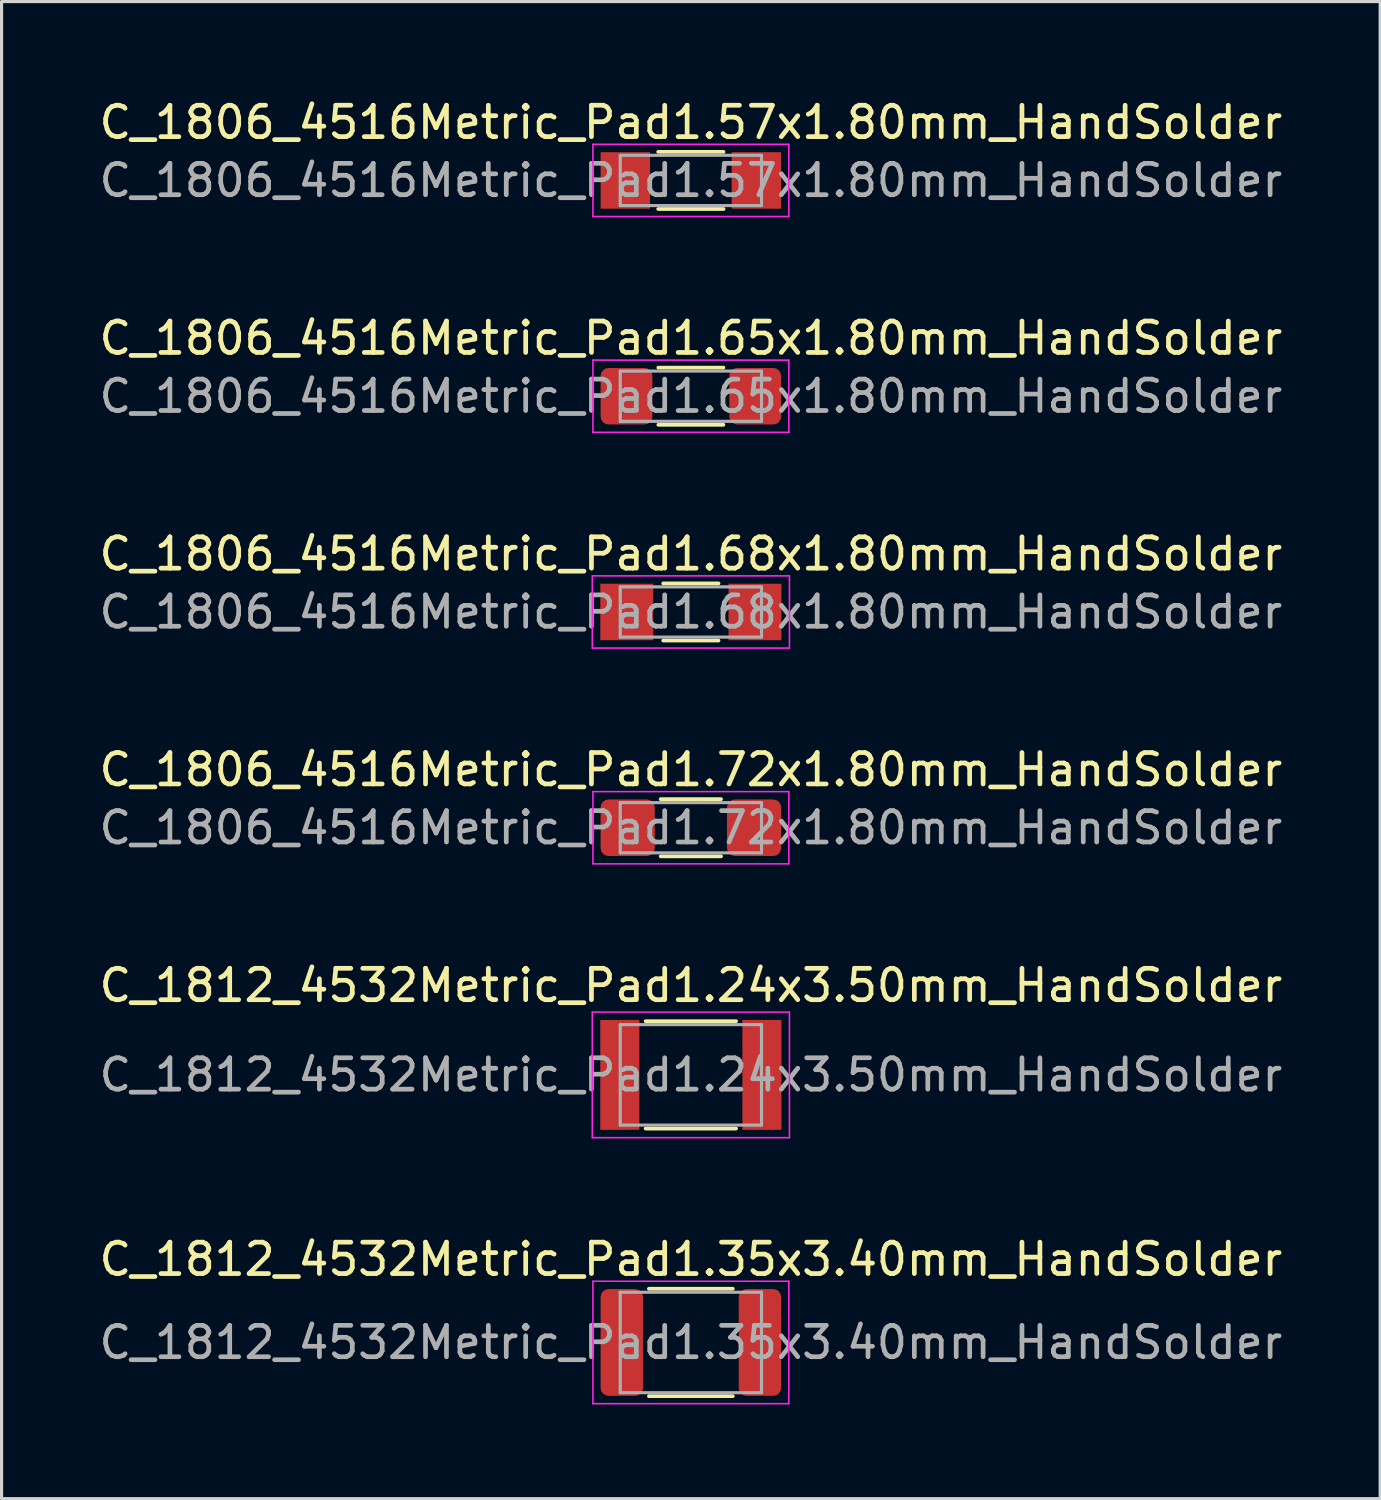
<source format=kicad_pcb>
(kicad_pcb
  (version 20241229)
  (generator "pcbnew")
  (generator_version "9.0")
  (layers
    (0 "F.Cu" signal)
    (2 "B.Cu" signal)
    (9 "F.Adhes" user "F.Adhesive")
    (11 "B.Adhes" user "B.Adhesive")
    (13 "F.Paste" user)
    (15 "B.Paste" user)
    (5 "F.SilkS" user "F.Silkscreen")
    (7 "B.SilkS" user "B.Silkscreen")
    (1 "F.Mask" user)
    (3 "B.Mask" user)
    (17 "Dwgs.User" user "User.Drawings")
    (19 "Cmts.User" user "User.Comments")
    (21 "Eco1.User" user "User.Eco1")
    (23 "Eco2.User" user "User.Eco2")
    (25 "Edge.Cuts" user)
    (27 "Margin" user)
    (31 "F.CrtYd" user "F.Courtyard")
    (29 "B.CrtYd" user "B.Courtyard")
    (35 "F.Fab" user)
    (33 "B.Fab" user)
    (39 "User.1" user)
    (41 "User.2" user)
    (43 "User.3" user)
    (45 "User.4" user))
  (footprint "C_1806_4516Metric_Pad1.57x1.80mm_HandSolder"
    (layer "F.Cu")
    (at 18.958 2.698)
    (property "Reference" "C_1806_4516Metric_Pad1.57x1.80mm_HandSolder" (at 0 -1.85 0) (layer "F.SilkS") (effects (font (size 1 1) (thickness 0.15))))
    (attr smd)
    (fp_line (start -1.04 -0.91) (end 1.04 -0.91) (stroke (width 0.12) (type solid)) (layer "F.SilkS"))
    (fp_line (start -1.04 0.91) (end 1.04 0.91) (stroke (width 0.12) (type solid)) (layer "F.SilkS"))
    (fp_line (start -3.12 -1.15) (end 3.12 -1.15) (stroke (width 0.05) (type solid)) (layer "F.CrtYd"))
    (fp_line (start -3.12 1.15) (end -3.12 -1.15) (stroke (width 0.05) (type solid)) (layer "F.CrtYd"))
    (fp_line (start 3.12 -1.15) (end 3.12 1.15) (stroke (width 0.05) (type solid)) (layer "F.CrtYd"))
    (fp_line (start 3.12 1.15) (end -3.12 1.15) (stroke (width 0.05) (type solid)) (layer "F.CrtYd"))
    (fp_line (start -2.25 -0.8) (end 2.25 -0.8) (stroke (width 0.1) (type solid)) (layer "F.Fab"))
    (fp_line (start -2.25 0.8) (end -2.25 -0.8) (stroke (width 0.1) (type solid)) (layer "F.Fab"))
    (fp_line (start 2.25 -0.8) (end 2.25 0.8) (stroke (width 0.1) (type solid)) (layer "F.Fab"))
    (fp_line (start 2.25 0.8) (end -2.25 0.8) (stroke (width 0.1) (type solid)) (layer "F.Fab"))
    (fp_text user "${REFERENCE}" (at 0 0 0) (layer "F.Fab") (effects (font (size 1 1) (thickness 0.15))))
    (pad "1" smd rect (at -2.087 0) (size 1.575 1.8) (layers "F.Cu" "F.Mask" "F.Paste"))
    (pad "2" smd rect (at 2.087 0) (size 1.575 1.8) (layers "F.Cu" "F.Mask" "F.Paste")))
  (footprint "C_1806_4516Metric_Pad1.68x1.80mm_HandSolder"
    (layer "F.Cu")
    (at 18.958 16.445)
    (property "Reference" "C_1806_4516Metric_Pad1.68x1.80mm_HandSolder" (at 0 -1.85 0) (layer "F.SilkS") (effects (font (size 1 1) (thickness 0.15))))
    (attr smd)
    (fp_line (start -0.88 -0.91) (end 0.88 -0.91) (stroke (width 0.12) (type solid)) (layer "F.SilkS"))
    (fp_line (start -0.88 0.91) (end 0.88 0.91) (stroke (width 0.12) (type solid)) (layer "F.SilkS"))
    (fp_line (start -3.14 -1.15) (end 3.14 -1.15) (stroke (width 0.05) (type solid)) (layer "F.CrtYd"))
    (fp_line (start -3.14 1.15) (end -3.14 -1.15) (stroke (width 0.05) (type solid)) (layer "F.CrtYd"))
    (fp_line (start 3.14 -1.15) (end 3.14 1.15) (stroke (width 0.05) (type solid)) (layer "F.CrtYd"))
    (fp_line (start 3.14 1.15) (end -3.14 1.15) (stroke (width 0.05) (type solid)) (layer "F.CrtYd"))
    (fp_line (start -2.25 -0.8) (end 2.25 -0.8) (stroke (width 0.1) (type solid)) (layer "F.Fab"))
    (fp_line (start -2.25 0.8) (end -2.25 -0.8) (stroke (width 0.1) (type solid)) (layer "F.Fab"))
    (fp_line (start 2.25 -0.8) (end 2.25 0.8) (stroke (width 0.1) (type solid)) (layer "F.Fab"))
    (fp_line (start 2.25 0.8) (end -2.25 0.8) (stroke (width 0.1) (type solid)) (layer "F.Fab"))
    (fp_text user "${REFERENCE}" (at 0 0 0) (layer "F.Fab") (effects (font (size 1 1) (thickness 0.15))))
    (pad "1" smd rect (at -2.042 0) (size 1.685 1.8) (layers "F.Cu" "F.Mask" "F.Paste"))
    (pad "2" smd rect (at 2.042 0) (size 1.685 1.8) (layers "F.Cu" "F.Mask" "F.Paste")))
  (footprint "C_1806_4516Metric_Pad1.72x1.80mm_HandSolder"
    (layer "F.Cu")
    (at 18.958 23.318)
    (property "Reference" "C_1806_4516Metric_Pad1.72x1.80mm_HandSolder" (at 0 -1.85 0) (layer "F.SilkS") (effects (font (size 1 1) (thickness 0.15))))
    (attr smd)
    (fp_line (start -0.961 -0.91) (end 0.961 -0.91) (stroke (width 0.12) (type solid)) (layer "F.SilkS"))
    (fp_line (start -0.961 0.91) (end 0.961 0.91) (stroke (width 0.12) (type solid)) (layer "F.SilkS"))
    (fp_line (start -3.12 -1.15) (end 3.12 -1.15) (stroke (width 0.05) (type solid)) (layer "F.CrtYd"))
    (fp_line (start -3.12 1.15) (end -3.12 -1.15) (stroke (width 0.05) (type solid)) (layer "F.CrtYd"))
    (fp_line (start 3.12 -1.15) (end 3.12 1.15) (stroke (width 0.05) (type solid)) (layer "F.CrtYd"))
    (fp_line (start 3.12 1.15) (end -3.12 1.15) (stroke (width 0.05) (type solid)) (layer "F.CrtYd"))
    (fp_line (start -2.25 -0.8) (end 2.25 -0.8) (stroke (width 0.1) (type solid)) (layer "F.Fab"))
    (fp_line (start -2.25 0.8) (end -2.25 -0.8) (stroke (width 0.1) (type solid)) (layer "F.Fab"))
    (fp_line (start 2.25 -0.8) (end 2.25 0.8) (stroke (width 0.1) (type solid)) (layer "F.Fab"))
    (fp_line (start 2.25 0.8) (end -2.25 0.8) (stroke (width 0.1) (type solid)) (layer "F.Fab"))
    (fp_text user "${REFERENCE}" (at 0 0 0) (layer "F.Fab") (effects (font (size 1 1) (thickness 0.15))))
    (pad "1" smd roundrect (at -2.013 0) (size 1.725 1.8) (layers "F.Cu" "F.Mask" "F.Paste") (roundrect_rratio 0.145))
    (pad "2" smd roundrect (at 2.013 0) (size 1.725 1.8) (layers "F.Cu" "F.Mask" "F.Paste") (roundrect_rratio 0.145)))
  (footprint "C_1812_4532Metric_Pad1.24x3.50mm_HandSolder"
    (layer "F.Cu")
    (at 18.958 31.191)
    (property "Reference" "C_1812_4532Metric_Pad1.24x3.50mm_HandSolder" (at 0 -2.85 0) (layer "F.SilkS") (effects (font (size 1 1) (thickness 0.15))))
    (attr smd)
    (fp_line (start -1.44 -1.71) (end 1.44 -1.71) (stroke (width 0.12) (type solid)) (layer "F.SilkS"))
    (fp_line (start -1.44 1.71) (end 1.44 1.71) (stroke (width 0.12) (type solid)) (layer "F.SilkS"))
    (fp_line (start -3.14 -2) (end 3.14 -2) (stroke (width 0.05) (type solid)) (layer "F.CrtYd"))
    (fp_line (start -3.14 2) (end -3.14 -2) (stroke (width 0.05) (type solid)) (layer "F.CrtYd"))
    (fp_line (start 3.14 -2) (end 3.14 2) (stroke (width 0.05) (type solid)) (layer "F.CrtYd"))
    (fp_line (start 3.14 2) (end -3.14 2) (stroke (width 0.05) (type solid)) (layer "F.CrtYd"))
    (fp_line (start -2.25 -1.6) (end 2.25 -1.6) (stroke (width 0.1) (type solid)) (layer "F.Fab"))
    (fp_line (start -2.25 1.6) (end -2.25 -1.6) (stroke (width 0.1) (type solid)) (layer "F.Fab"))
    (fp_line (start 2.25 -1.6) (end 2.25 1.6) (stroke (width 0.1) (type solid)) (layer "F.Fab"))
    (fp_line (start 2.25 1.6) (end -2.25 1.6) (stroke (width 0.1) (type solid)) (layer "F.Fab"))
    (fp_text user "${REFERENCE}" (at 0 0 0) (layer "F.Fab") (effects (font (size 1 1) (thickness 0.15))))
    (pad "1" smd rect (at -2.263 0) (size 1.245 3.5) (layers "F.Cu" "F.Mask" "F.Paste"))
    (pad "2" smd rect (at 2.263 0) (size 1.245 3.5) (layers "F.Cu" "F.Mask" "F.Paste")))
  (footprint "C_1806_4516Metric_Pad1.65x1.80mm_HandSolder"
    (layer "F.Cu")
    (at 18.958 9.572)
    (property "Reference" "C_1806_4516Metric_Pad1.65x1.80mm_HandSolder" (at 0 -1.85 0) (layer "F.SilkS") (effects (font (size 1 1) (thickness 0.15))))
    (attr smd)
    (fp_line (start -1.036 -0.91) (end 1.036 -0.91) (stroke (width 0.12) (type solid)) (layer "F.SilkS"))
    (fp_line (start -1.036 0.91) (end 1.036 0.91) (stroke (width 0.12) (type solid)) (layer "F.SilkS"))
    (fp_line (start -3.12 -1.15) (end 3.12 -1.15) (stroke (width 0.05) (type solid)) (layer "F.CrtYd"))
    (fp_line (start -3.12 1.15) (end -3.12 -1.15) (stroke (width 0.05) (type solid)) (layer "F.CrtYd"))
    (fp_line (start 3.12 -1.15) (end 3.12 1.15) (stroke (width 0.05) (type solid)) (layer "F.CrtYd"))
    (fp_line (start 3.12 1.15) (end -3.12 1.15) (stroke (width 0.05) (type solid)) (layer "F.CrtYd"))
    (fp_line (start -2.25 -0.8) (end 2.25 -0.8) (stroke (width 0.1) (type solid)) (layer "F.Fab"))
    (fp_line (start -2.25 0.8) (end -2.25 -0.8) (stroke (width 0.1) (type solid)) (layer "F.Fab"))
    (fp_line (start 2.25 -0.8) (end 2.25 0.8) (stroke (width 0.1) (type solid)) (layer "F.Fab"))
    (fp_line (start 2.25 0.8) (end -2.25 0.8) (stroke (width 0.1) (type solid)) (layer "F.Fab"))
    (fp_text user "${REFERENCE}" (at 0 0 0) (layer "F.Fab") (effects (font (size 1 1) (thickness 0.15))))
    (pad "1" smd roundrect (at -2.05 0) (size 1.65 1.8) (layers "F.Cu" "F.Mask" "F.Paste") (roundrect_rratio 0.152))
    (pad "2" smd roundrect (at 2.05 0) (size 1.65 1.8) (layers "F.Cu" "F.Mask" "F.Paste") (roundrect_rratio 0.152)))
  (footprint "C_1812_4532Metric_Pad1.35x3.40mm_HandSolder"
    (layer "F.Cu")
    (at 18.958 39.715)
    (property "Reference" "C_1812_4532Metric_Pad1.35x3.40mm_HandSolder" (at 0 -2.65 0) (layer "F.SilkS") (effects (font (size 1 1) (thickness 0.15))))
    (attr smd)
    (fp_line (start -1.336 -1.71) (end 1.336 -1.71) (stroke (width 0.12) (type solid)) (layer "F.SilkS"))
    (fp_line (start -1.336 1.71) (end 1.336 1.71) (stroke (width 0.12) (type solid)) (layer "F.SilkS"))
    (fp_line (start -3.12 -1.95) (end 3.12 -1.95) (stroke (width 0.05) (type solid)) (layer "F.CrtYd"))
    (fp_line (start -3.12 1.95) (end -3.12 -1.95) (stroke (width 0.05) (type solid)) (layer "F.CrtYd"))
    (fp_line (start 3.12 -1.95) (end 3.12 1.95) (stroke (width 0.05) (type solid)) (layer "F.CrtYd"))
    (fp_line (start 3.12 1.95) (end -3.12 1.95) (stroke (width 0.05) (type solid)) (layer "F.CrtYd"))
    (fp_line (start -2.25 -1.6) (end 2.25 -1.6) (stroke (width 0.1) (type solid)) (layer "F.Fab"))
    (fp_line (start -2.25 1.6) (end -2.25 -1.6) (stroke (width 0.1) (type solid)) (layer "F.Fab"))
    (fp_line (start 2.25 -1.6) (end 2.25 1.6) (stroke (width 0.1) (type solid)) (layer "F.Fab"))
    (fp_line (start 2.25 1.6) (end -2.25 1.6) (stroke (width 0.1) (type solid)) (layer "F.Fab"))
    (fp_text user "${REFERENCE}" (at 0 0 0) (layer "F.Fab") (effects (font (size 1 1) (thickness 0.15))))
    (pad "1" smd roundrect (at -2.2 0) (size 1.35 3.4) (layers "F.Cu" "F.Mask" "F.Paste") (roundrect_rratio 0.185))
    (pad "2" smd roundrect (at 2.2 0) (size 1.35 3.4) (layers "F.Cu" "F.Mask" "F.Paste") (roundrect_rratio 0.185)))
  (gr_rect
    (start -3 -3)
    (end 40.917 44.69)
    (stroke (width 0.1) (type default))
    (fill no)
    (layer "Edge.Cuts")))
</source>
